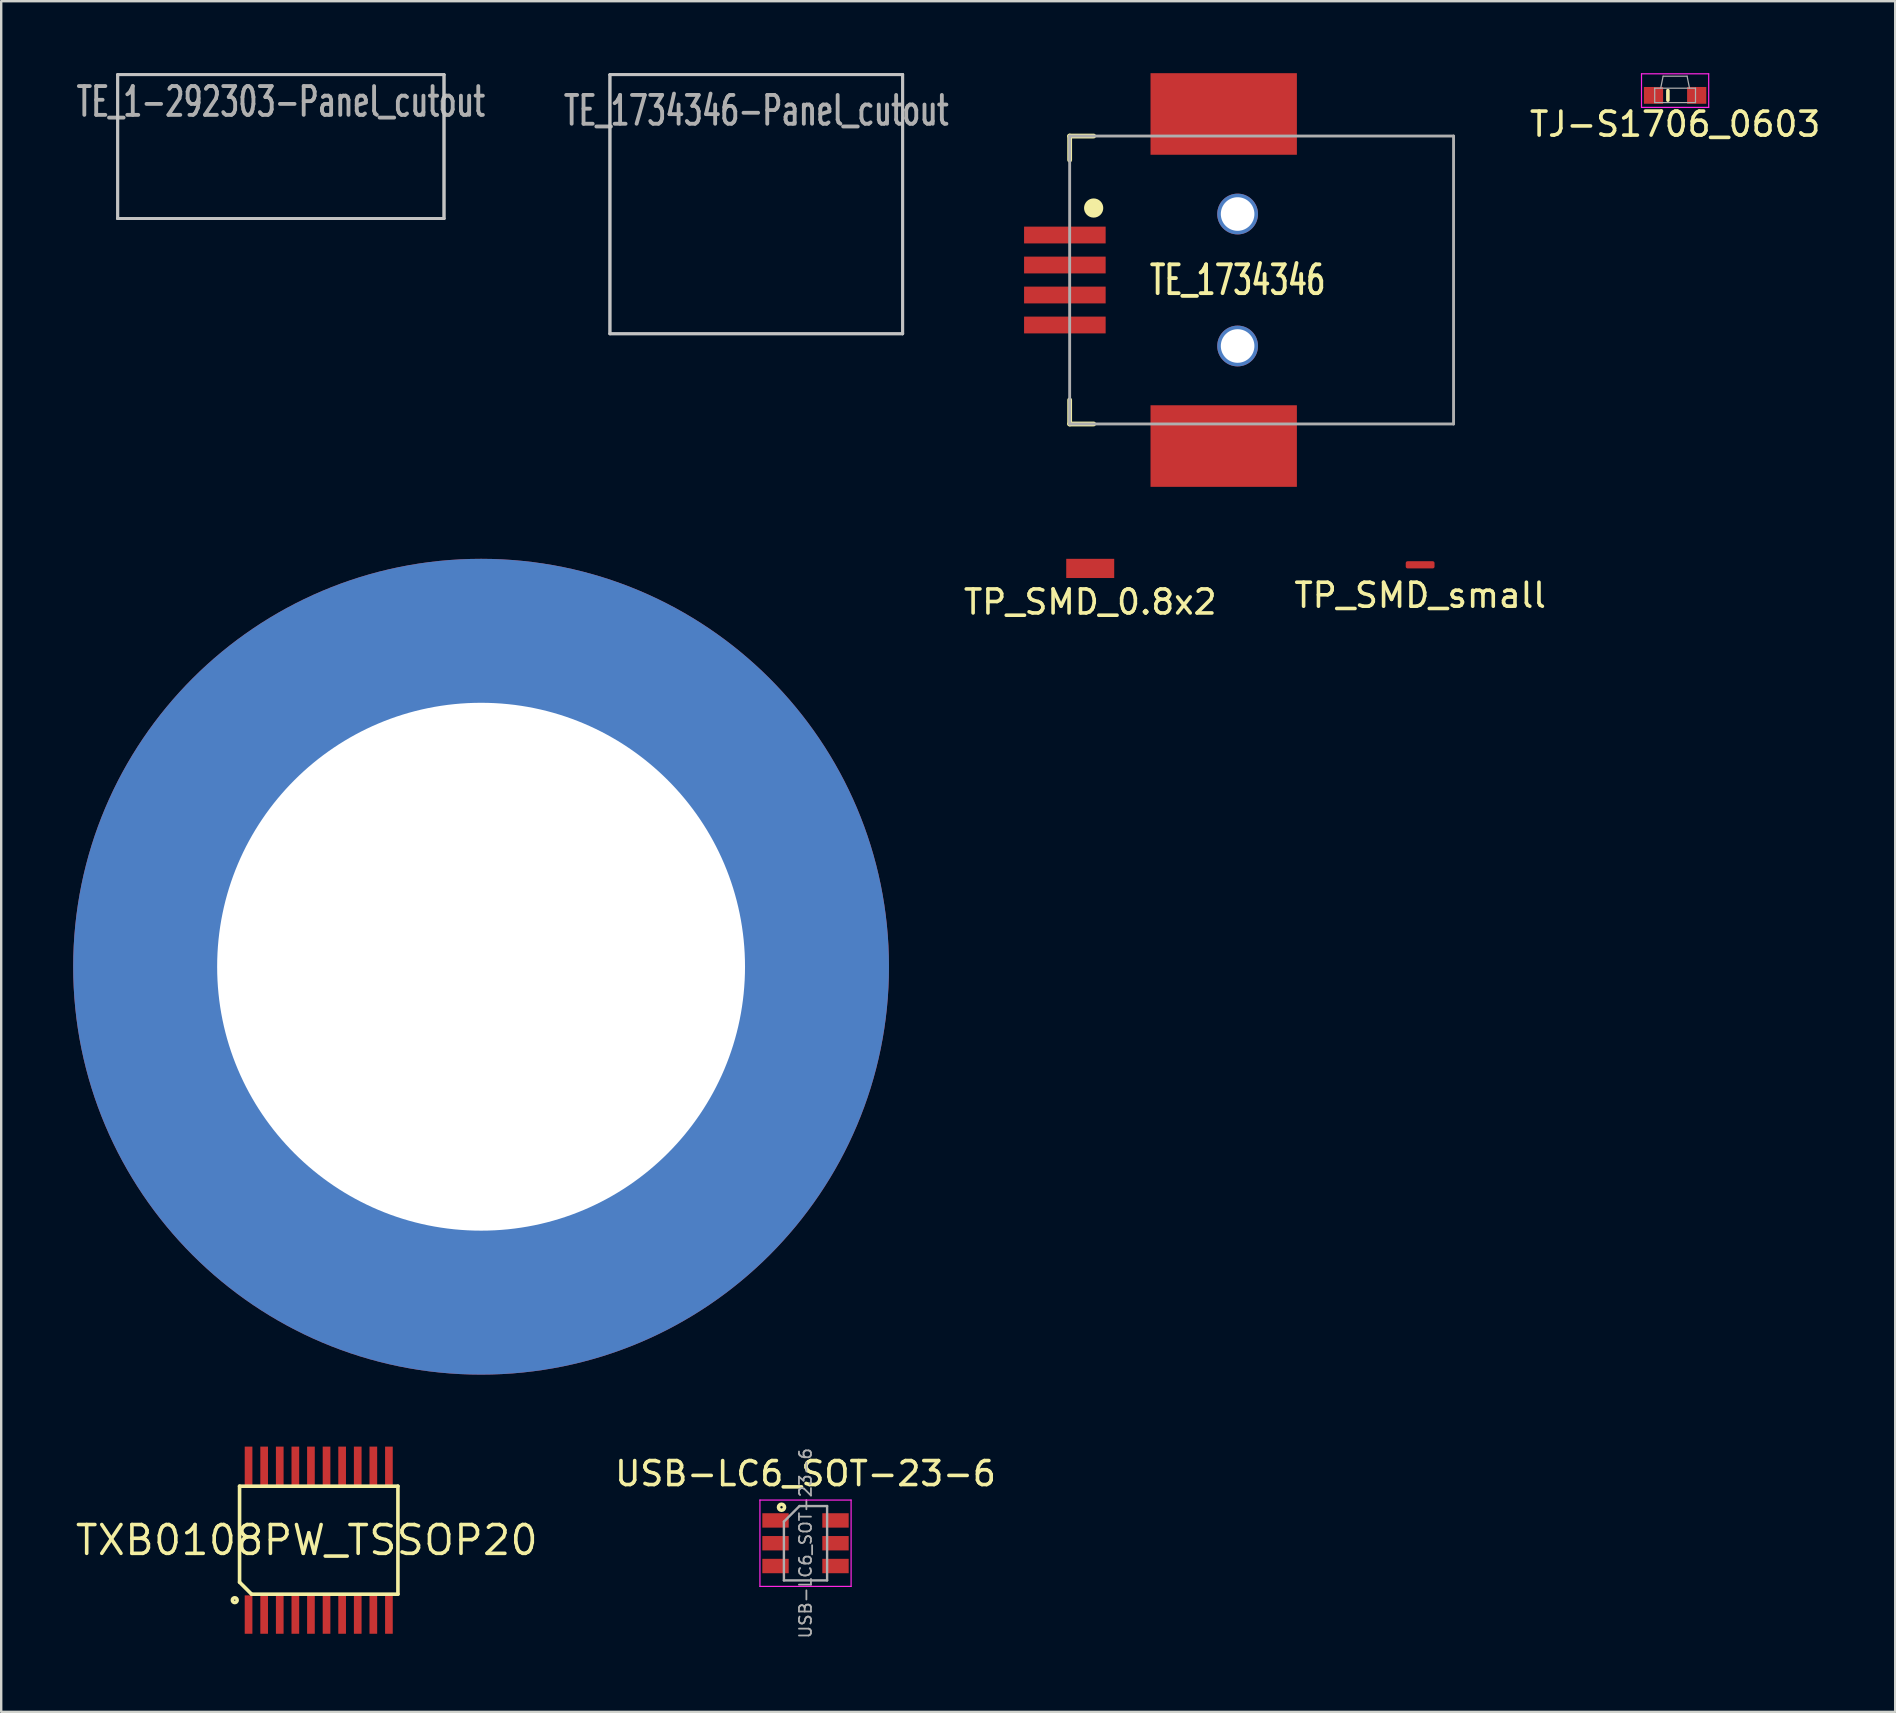
<source format=kicad_pcb>
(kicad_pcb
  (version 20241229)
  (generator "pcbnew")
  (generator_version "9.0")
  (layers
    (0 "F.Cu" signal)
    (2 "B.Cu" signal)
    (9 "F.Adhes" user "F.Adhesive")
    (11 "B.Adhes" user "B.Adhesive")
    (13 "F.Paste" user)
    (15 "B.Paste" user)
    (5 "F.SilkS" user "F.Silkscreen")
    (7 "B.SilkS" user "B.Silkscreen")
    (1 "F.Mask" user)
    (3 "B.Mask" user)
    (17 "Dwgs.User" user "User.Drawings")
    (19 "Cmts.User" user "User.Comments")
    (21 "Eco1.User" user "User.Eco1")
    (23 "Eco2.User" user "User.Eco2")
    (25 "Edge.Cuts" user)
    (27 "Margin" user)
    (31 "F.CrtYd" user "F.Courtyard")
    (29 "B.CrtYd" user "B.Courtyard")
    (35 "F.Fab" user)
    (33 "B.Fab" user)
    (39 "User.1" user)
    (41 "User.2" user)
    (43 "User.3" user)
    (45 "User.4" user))
  (footprint "USB-LC6_SOT-23-6"
    (layer "F.Cu")
    (at 30.521 61.267)
    (property "Reference" "USB-LC6_SOT-23-6" (at 0 -2.9 0) (layer "F.SilkS") (effects (font (size 1 1) (thickness 0.15))))
    (attr smd)
    (fp_circle (center -1 -1.5) (end -0.95 -1.5) (stroke (width 0.15) (type solid)) (fill no) (layer "F.SilkS"))
    (fp_line (start -1.9 -1.8) (end -1.9 1.8) (stroke (width 0.05) (type solid)) (layer "F.CrtYd"))
    (fp_line (start -1.9 1.8) (end 1.9 1.8) (stroke (width 0.05) (type solid)) (layer "F.CrtYd"))
    (fp_line (start 1.9 -1.8) (end -1.9 -1.8) (stroke (width 0.05) (type solid)) (layer "F.CrtYd"))
    (fp_line (start 1.9 1.8) (end 1.9 -1.8) (stroke (width 0.05) (type solid)) (layer "F.CrtYd"))
    (fp_line (start -0.9 -0.9) (end -0.9 1.55) (stroke (width 0.1) (type solid)) (layer "F.Fab"))
    (fp_line (start -0.9 -0.9) (end -0.25 -1.55) (stroke (width 0.1) (type solid)) (layer "F.Fab"))
    (fp_line (start 0.9 -1.55) (end -0.25 -1.55) (stroke (width 0.1) (type solid)) (layer "F.Fab"))
    (fp_line (start 0.9 -1.55) (end 0.9 1.55) (stroke (width 0.1) (type solid)) (layer "F.Fab"))
    (fp_line (start 0.9 1.55) (end -0.9 1.55) (stroke (width 0.1) (type solid)) (layer "F.Fab"))
    (fp_text user "${REFERENCE}" (at 0 0 90) (layer "F.Fab") (effects (font (size 0.5 0.5) (thickness 0.075))))
    (pad "1" smd rect (at -1.25 -0.95) (size 1.1 0.6) (layers "F.Cu" "F.Mask" "F.Paste"))
    (pad "2" smd rect (at -1.25 0) (size 1.1 0.6) (layers "F.Cu" "F.Mask" "F.Paste"))
    (pad "3" smd rect (at -1.25 0.95) (size 1.1 0.6) (layers "F.Cu" "F.Mask" "F.Paste"))
    (pad "4" smd rect (at 1.25 0.95) (size 1.1 0.6) (layers "F.Cu" "F.Mask" "F.Paste"))
    (pad "5" smd rect (at 1.25 0) (size 1.1 0.6) (layers "F.Cu" "F.Mask" "F.Paste"))
    (pad "6" smd rect (at 1.25 -0.95) (size 1.1 0.6) (layers "F.Cu" "F.Mask" "F.Paste")))
  (footprint "TP_SMD_0.8x2"
    (layer "F.Cu")
    (at 42.387 20.64)
    (property "Reference" "TP_SMD_0.8x2" (at 0 1.4 0) (layer "F.SilkS") (effects (font (size 1 1) (thickness 0.15))))
    (attr through_hole)
    (pad "1" smd rect (at 0 0) (size 2 0.8) (layers "F.Cu" "F.Mask" "F.Paste")))
  (footprint "TXB0108PW_TSSOP20"
    (layer "F.Cu")
    (at 10.234 61.14)
    (property "Reference" "TXB0108PW_TSSOP20" (at -0.5 0 180) (layer "F.SilkS") (effects (font (size 1.2 1.2) (thickness 0.15))))
    (attr through_hole)
    (fp_line (start -3.3 -2.25) (end -3.3 1.75) (stroke (width 0.15) (type solid)) (layer "F.SilkS"))
    (fp_line (start -3.3 1.75) (end -2.8 2.25) (stroke (width 0.15) (type solid)) (layer "F.SilkS"))
    (fp_line (start -2.8 2.25) (end 3.3 2.25) (stroke (width 0.15) (type solid)) (layer "F.SilkS"))
    (fp_line (start 3.3 -2.25) (end -3.3 -2.25) (stroke (width 0.15) (type solid)) (layer "F.SilkS"))
    (fp_line (start 3.3 2.25) (end 3.3 -2.25) (stroke (width 0.15) (type solid)) (layer "F.SilkS"))
    (fp_circle (center -3.5 2.5) (end -3.4 2.5) (stroke (width 0.15) (type solid)) (fill no) (layer "F.SilkS"))
    (pad "1" smd rect (at -2.925 3.1) (size 0.32 1.6) (layers "F.Cu" "F.Mask" "F.Paste"))
    (pad "2" smd rect (at -2.275 3.1) (size 0.32 1.6) (layers "F.Cu" "F.Mask" "F.Paste"))
    (pad "3" smd rect (at -1.625 3.1) (size 0.32 1.6) (layers "F.Cu" "F.Mask" "F.Paste"))
    (pad "4" smd rect (at -0.975 3.1) (size 0.32 1.6) (layers "F.Cu" "F.Mask" "F.Paste"))
    (pad "5" smd rect (at -0.325 3.1) (size 0.32 1.6) (layers "F.Cu" "F.Mask" "F.Paste"))
    (pad "6" smd rect (at 0.325 3.1) (size 0.32 1.6) (layers "F.Cu" "F.Mask" "F.Paste"))
    (pad "7" smd rect (at 0.975 3.1) (size 0.32 1.6) (layers "F.Cu" "F.Mask" "F.Paste"))
    (pad "8" smd rect (at 1.625 3.1) (size 0.32 1.6) (layers "F.Cu" "F.Mask" "F.Paste"))
    (pad "9" smd rect (at 2.275 3.1) (size 0.32 1.6) (layers "F.Cu" "F.Mask" "F.Paste"))
    (pad "10" smd rect (at 2.925 3.1) (size 0.32 1.6) (layers "F.Cu" "F.Mask" "F.Paste"))
    (pad "11" smd rect (at 2.925 -3.1) (size 0.32 1.6) (layers "F.Cu" "F.Mask" "F.Paste"))
    (pad "12" smd rect (at 2.275 -3.1) (size 0.32 1.6) (layers "F.Cu" "F.Mask" "F.Paste"))
    (pad "13" smd rect (at 1.625 -3.1) (size 0.32 1.6) (layers "F.Cu" "F.Mask" "F.Paste"))
    (pad "14" smd rect (at 0.975 -3.1) (size 0.32 1.6) (layers "F.Cu" "F.Mask" "F.Paste"))
    (pad "15" smd rect (at 0.325 -3.1) (size 0.32 1.6) (layers "F.Cu" "F.Mask" "F.Paste"))
    (pad "16" smd rect (at -0.325 -3.1) (size 0.32 1.6) (layers "F.Cu" "F.Mask" "F.Paste"))
    (pad "17" smd rect (at -0.975 -3.1) (size 0.32 1.6) (layers "F.Cu" "F.Mask" "F.Paste"))
    (pad "18" smd rect (at -1.625 -3.1) (size 0.32 1.6) (layers "F.Cu" "F.Mask" "F.Paste"))
    (pad "19" smd rect (at -2.275 -3.1) (size 0.32 1.6) (layers "F.Cu" "F.Mask" "F.Paste"))
    (pad "20" smd rect (at -2.925 -3.1) (size 0.32 1.6) (layers "F.Cu" "F.Mask" "F.Paste")))
  (footprint "TE_1734346-Panel_cutout"
    (layer "F.Cu")
    (at 28.47 11.06)
    (property "Reference" "TE_1734346-Panel_cutout" (at 0 -9.5 0) (layer "F.Fab") (effects (font (size 1.2 0.8) (thickness 0.16))))
    (attr through_hole)
    (fp_line (start -6.1 -11) (end -6.1 -0.2) (stroke (width 0.12) (type solid)) (layer "Dwgs.User"))
    (fp_line (start -6.1 -0.2) (end 6.1 -0.2) (stroke (width 0.12) (type solid)) (layer "Dwgs.User"))
    (fp_line (start 6.1 -11) (end -6.1 -11) (stroke (width 0.12) (type solid)) (layer "Dwgs.User"))
    (fp_line (start 6.1 -0.2) (end 6.1 -11) (stroke (width 0.12) (type solid)) (layer "Dwgs.User"))
    (fp_line (start -6.1 -11) (end -6.1 -0.2) (stroke (width 0.12) (type solid)) (layer "Edge.Cuts"))
    (fp_line (start -6.1 -0.2) (end 6.1 -0.2) (stroke (width 0.12) (type solid)) (layer "Edge.Cuts"))
    (fp_line (start 6.1 -11) (end -6.1 -11) (stroke (width 0.12) (type solid)) (layer "Edge.Cuts"))
    (fp_line (start 6.1 -0.2) (end 6.1 -11) (stroke (width 0.12) (type solid)) (layer "Edge.Cuts")))
  (footprint "Touch_rotary_test"
    (layer "F.Cu")
    (at 17 37.24)
    (property "Reference" "Touch_rotary_test" (at 0 0.6 0) (layer "F.SilkS") (effects (font (size 1.2 0.8) (thickness 0.16))))
    (attr through_hole)
    (pad "1" thru_hole circle (at 0 0) (size 34 34) (drill 22) (layers "*.Cu" "*.Mask")))
  (footprint "TE_1734346"
    (layer "F.Cu")
    (at 48.53 8.62)
    (property "Reference" "TE_1734346" (at 0 0 0) (layer "F.SilkS") (effects (font (size 1.2 0.8) (thickness 0.16))))
    (attr through_hole)
    (fp_line (start -7 -6) (end -7 -5) (stroke (width 0.2) (type solid)) (layer "F.SilkS"))
    (fp_line (start -7 5) (end -7 6) (stroke (width 0.2) (type solid)) (layer "F.SilkS"))
    (fp_line (start -7 6) (end -6 6) (stroke (width 0.2) (type solid)) (layer "F.SilkS"))
    (fp_line (start -6 -6) (end -7 -6) (stroke (width 0.2) (type solid)) (layer "F.SilkS"))
    (fp_circle (center -6 -3) (end -5.8 -3) (stroke (width 0.4) (type solid)) (fill no) (layer "F.SilkS"))
    (fp_line (start -7 -6) (end 9 -6) (stroke (width 0.12) (type solid)) (layer "F.Fab"))
    (fp_line (start -7 6) (end -7 -6) (stroke (width 0.12) (type solid)) (layer "F.Fab"))
    (fp_line (start 9 -6) (end 9 6) (stroke (width 0.12) (type solid)) (layer "F.Fab"))
    (fp_line (start 9 6) (end -7 6) (stroke (width 0.12) (type solid)) (layer "F.Fab"))
    (pad "0" thru_hole circle (at 0 -2.75) (size 1.7 1.7) (drill 1.4) (layers "*.Cu" "*.Mask"))
    (pad "0" thru_hole circle (at 0 2.75) (size 1.7 1.7) (drill 1.4) (layers "*.Cu" "*.Mask"))
    (pad "1" smd rect (at -7.2 -1.875) (size 3.4 0.7) (layers "F.Cu" "F.Mask" "F.Paste"))
    (pad "2" smd rect (at -7.2 0.625) (size 3.4 0.7) (layers "F.Cu" "F.Mask" "F.Paste"))
    (pad "3" smd rect (at -7.2 1.875) (size 3.4 0.7) (layers "F.Cu" "F.Mask" "F.Paste"))
    (pad "4" smd rect (at -7.2 -0.625) (size 3.4 0.7) (layers "F.Cu" "F.Mask" "F.Paste"))
    (pad "S1" smd rect (at -0.58 -6.92) (size 6.1 3.4) (layers "F.Cu" "F.Mask" "F.Paste"))
    (pad "S2" smd rect (at -0.58 6.92) (size 6.1 3.4) (layers "F.Cu" "F.Mask" "F.Paste")))
  (footprint "TE_1-292303-Panel_cutout"
    (layer "F.Cu")
    (at 8.655 7.19)
    (property "Reference" "TE_1-292303-Panel_cutout" (at 0 -6 0) (layer "F.Fab") (effects (font (size 1.2 0.8) (thickness 0.16))))
    (attr through_hole)
    (fp_line (start -6.8 -7.13) (end -6.8 -1.13) (stroke (width 0.12) (type solid)) (layer "Dwgs.User"))
    (fp_line (start -6.8 -1.13) (end 6.8 -1.13) (stroke (width 0.12) (type solid)) (layer "Dwgs.User"))
    (fp_line (start 6.8 -7.13) (end -6.8 -7.13) (stroke (width 0.12) (type solid)) (layer "Dwgs.User"))
    (fp_line (start 6.8 -1.13) (end 6.8 -7.13) (stroke (width 0.12) (type solid)) (layer "Dwgs.User"))
    (fp_line (start -6.8 -7.13) (end -6.8 -1.13) (stroke (width 0.12) (type solid)) (layer "Edge.Cuts"))
    (fp_line (start -6.8 -1.13) (end 6.8 -1.13) (stroke (width 0.12) (type solid)) (layer "Edge.Cuts"))
    (fp_line (start 6.8 -7.13) (end -6.8 -7.13) (stroke (width 0.12) (type solid)) (layer "Edge.Cuts"))
    (fp_line (start 6.8 -1.13) (end 6.8 -7.13) (stroke (width 0.12) (type solid)) (layer "Edge.Cuts")))
  (footprint "TP_SMD_small"
    (layer "F.Cu")
    (at 56.137 20.49)
    (property "Reference" "TP_SMD_small" (at 0 1.27 0) (layer "F.SilkS") (effects (font (size 1 1) (thickness 0.15))))
    (attr smd)
    (pad "1" smd roundrect (at 0 0) (size 1.2 0.3) (layers "F.Cu" "F.Mask") (roundrect_rratio 0.25)))
  (footprint "TJ-S1706_0603"
    (layer "F.Cu")
    (at 66.763 0.925)
    (property "Reference" "TJ-S1706_0603" (at 0 1.2 0) (layer "F.SilkS") (effects (font (size 1 1) (thickness 0.15))))
    (attr smd)
    (fp_line (start -0.3 -0.2) (end -0.3 0.2) (stroke (width 0.15) (type solid)) (layer "F.SilkS"))
    (fp_line (start -1.4 -0.9) (end 1.4 -0.9) (stroke (width 0.05) (type solid)) (layer "F.CrtYd"))
    (fp_line (start -1.4 0.5) (end -1.4 -0.9) (stroke (width 0.05) (type solid)) (layer "F.CrtYd"))
    (fp_line (start 1.4 -0.9) (end 1.4 0.5) (stroke (width 0.05) (type solid)) (layer "F.CrtYd"))
    (fp_line (start 1.4 0.5) (end -1.4 0.5) (stroke (width 0.05) (type solid)) (layer "F.CrtYd"))
    (fp_line (start -0.85 -0.3) (end 0.85 -0.3) (stroke (width 0.05) (type solid)) (layer "F.Fab"))
    (fp_line (start -0.85 0.3) (end -0.85 -0.3) (stroke (width 0.05) (type solid)) (layer "F.Fab"))
    (fp_line (start -0.6 -0.3) (end -0.5 -0.8) (stroke (width 0.05) (type solid)) (layer "F.Fab"))
    (fp_line (start -0.5 -0.8) (end 0.5 -0.8) (stroke (width 0.05) (type solid)) (layer "F.Fab"))
    (fp_line (start 0.5 -0.8) (end 0.6 -0.3) (stroke (width 0.05) (type solid)) (layer "F.Fab"))
    (fp_line (start 0.85 -0.3) (end 0.85 0.3) (stroke (width 0.05) (type solid)) (layer "F.Fab"))
    (fp_line (start 0.85 0.3) (end -0.85 0.3) (stroke (width 0.05) (type solid)) (layer "F.Fab"))
    (pad "1" smd rect (at -0.9 0) (size 0.8 0.7) (layers "F.Cu" "F.Mask" "F.Paste"))
    (pad "2" smd rect (at 0.9 0) (size 0.8 0.7) (layers "F.Cu" "F.Mask" "F.Paste")))
  (gr_rect
    (start -3 -3)
    (end 75.936 68.294)
    (stroke (width 0.1) (type default))
    (fill no)
    (layer "Edge.Cuts")))
</source>
